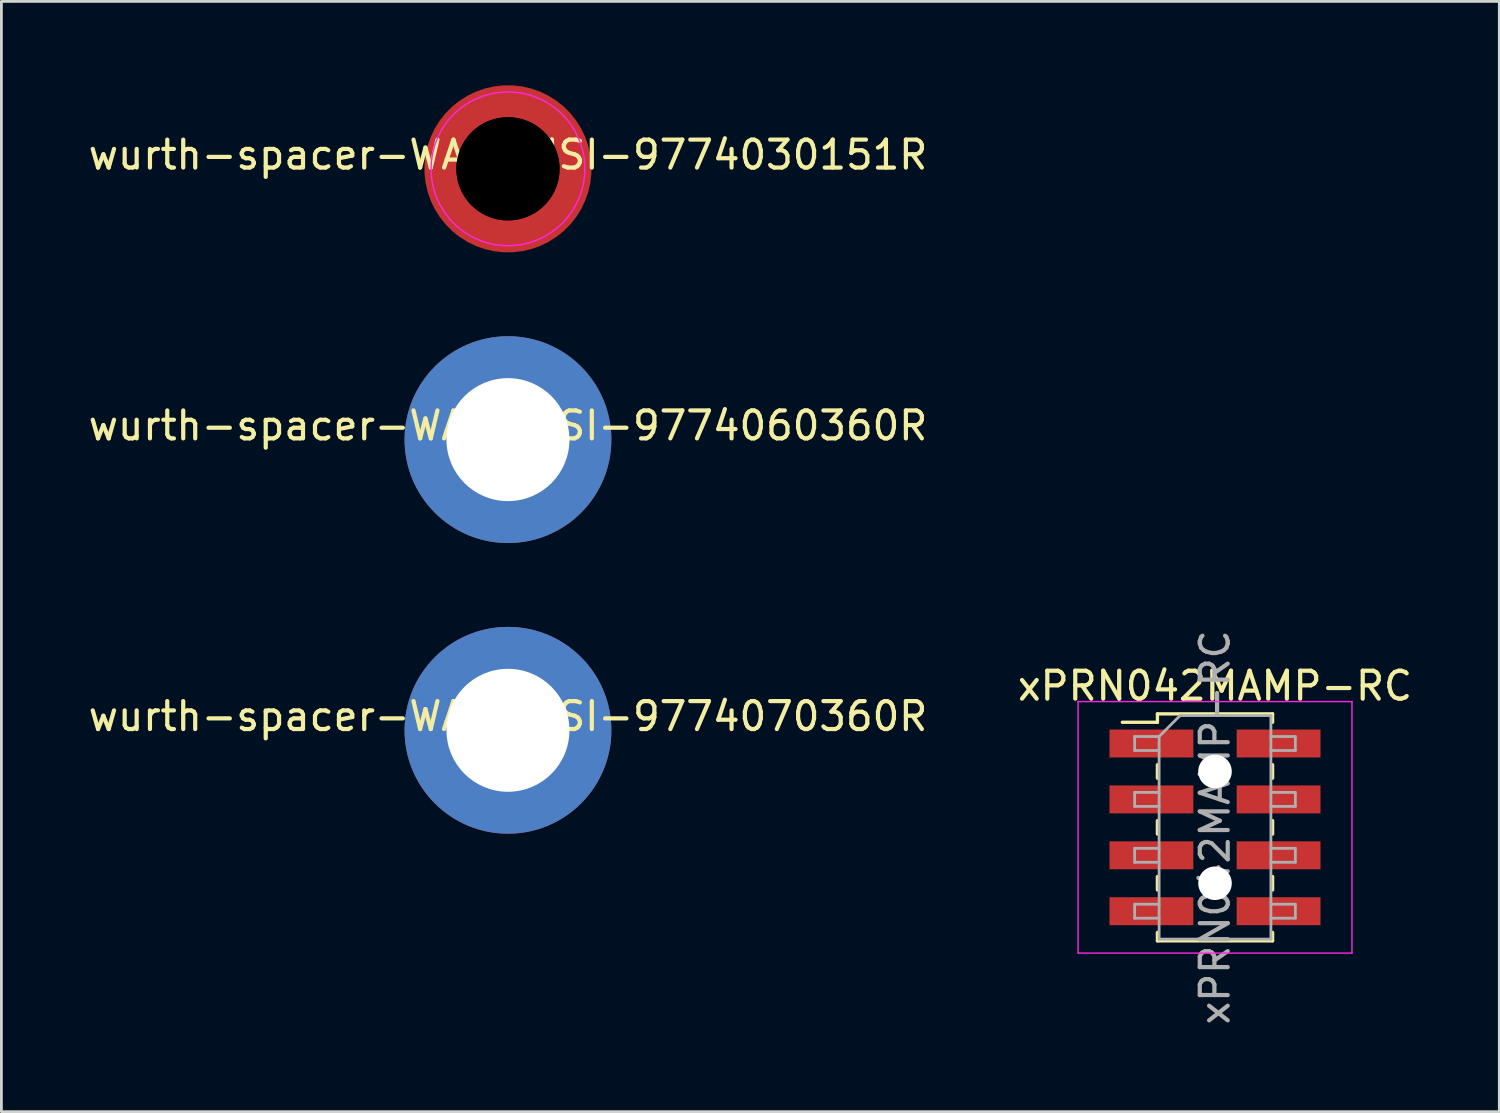
<source format=kicad_pcb>
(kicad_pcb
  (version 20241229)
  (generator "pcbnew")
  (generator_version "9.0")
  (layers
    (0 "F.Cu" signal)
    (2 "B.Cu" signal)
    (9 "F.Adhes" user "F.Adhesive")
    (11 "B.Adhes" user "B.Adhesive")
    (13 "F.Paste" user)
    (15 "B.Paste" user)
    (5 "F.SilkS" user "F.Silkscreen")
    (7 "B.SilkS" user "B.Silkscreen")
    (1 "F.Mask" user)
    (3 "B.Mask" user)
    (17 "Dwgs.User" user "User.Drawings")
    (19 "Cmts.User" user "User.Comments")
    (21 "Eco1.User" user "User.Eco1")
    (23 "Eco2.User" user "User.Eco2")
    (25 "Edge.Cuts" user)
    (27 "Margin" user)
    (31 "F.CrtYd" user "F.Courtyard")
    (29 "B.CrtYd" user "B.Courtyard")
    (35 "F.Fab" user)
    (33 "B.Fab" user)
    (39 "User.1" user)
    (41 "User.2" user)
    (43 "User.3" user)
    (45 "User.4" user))
  (footprint "wurth-spacer-WA-SMSI-9774030151R"
    (layer "F.Cu")
    (at 15.125 2.99)
    (property "Reference" "wurth-spacer-WA-SMSI-9774030151R" (at 0 -0.5 0) (unlocked yes) (layer "F.SilkS") (effects (font (size 1 1) (thickness 0.15))))
    (fp_poly (pts (xy -1.872 0.32) (xy -1.857 0.415) (xy -1.832 0.51) (xy -1.777 0.68) (xy -1.627 0.985) (xy -1.502 1.165) (xy -1.397 1.29) (xy -1.292 1.395) (xy -1.162 1.505) (xy -1.042 1.59) (xy -0.927 1.66) (xy -0.787 1.73) (xy -0.682 1.775) (xy -0.597 1.805) (xy -0.482 1.84) (xy -0.367 1.865) (xy -0.322 1.875) (xy -0.322 2.905) (xy -0.387 2.895) (xy -0.542 2.87) (xy -0.702 2.835) (xy -0.882 2.785) (xy -1.092 2.71) (xy -1.237 2.645) (xy -1.417 2.555) (xy -1.527 2.49) (xy -1.612 2.435) (xy -1.707 2.37) (xy -1.782 2.315) (xy -1.887 2.23) (xy -1.962 2.165) (xy -2.032 2.1) (xy -2.112 2.02) (xy -2.232 1.885) (xy -2.322 1.775) (xy -2.397 1.67) (xy -2.517 1.485) (xy -2.577 1.375) (xy -2.657 1.215) (xy -2.717 1.075) (xy -2.772 0.925) (xy -2.812 0.79) (xy -2.847 0.655) (xy -2.862 0.585) (xy -2.877 0.5) (xy -2.892 0.405) (xy -2.902 0.32)) (stroke (width 0.01) (type solid)) (fill yes) (layer "F.Paste"))
    (fp_poly (pts (xy -0.32 -1.87) (xy -0.415 -1.855) (xy -0.51 -1.83) (xy -0.68 -1.775) (xy -0.985 -1.625) (xy -1.165 -1.5) (xy -1.29 -1.395) (xy -1.395 -1.29) (xy -1.505 -1.16) (xy -1.59 -1.04) (xy -1.66 -0.925) (xy -1.73 -0.785) (xy -1.775 -0.68) (xy -1.805 -0.595) (xy -1.84 -0.48) (xy -1.865 -0.365) (xy -1.875 -0.32) (xy -2.905 -0.32) (xy -2.895 -0.385) (xy -2.87 -0.54) (xy -2.835 -0.7) (xy -2.785 -0.88) (xy -2.71 -1.09) (xy -2.645 -1.235) (xy -2.555 -1.415) (xy -2.49 -1.525) (xy -2.435 -1.61) (xy -2.37 -1.705) (xy -2.315 -1.78) (xy -2.23 -1.885) (xy -2.165 -1.96) (xy -2.1 -2.03) (xy -2.02 -2.11) (xy -1.885 -2.23) (xy -1.775 -2.32) (xy -1.67 -2.395) (xy -1.485 -2.515) (xy -1.375 -2.575) (xy -1.215 -2.655) (xy -1.075 -2.715) (xy -0.925 -2.77) (xy -0.79 -2.81) (xy -0.655 -2.845) (xy -0.585 -2.86) (xy -0.5 -2.875) (xy -0.405 -2.89) (xy -0.32 -2.9)) (stroke (width 0.01) (type solid)) (fill yes) (layer "F.Paste"))
    (fp_poly (pts (xy 0.32 1.871) (xy 0.415 1.856) (xy 0.51 1.831) (xy 0.68 1.776) (xy 0.985 1.626) (xy 1.165 1.501) (xy 1.29 1.396) (xy 1.395 1.291) (xy 1.505 1.161) (xy 1.59 1.041) (xy 1.66 0.926) (xy 1.73 0.786) (xy 1.775 0.681) (xy 1.805 0.596) (xy 1.84 0.481) (xy 1.865 0.366) (xy 1.875 0.321) (xy 2.905 0.321) (xy 2.895 0.386) (xy 2.87 0.541) (xy 2.835 0.701) (xy 2.785 0.881) (xy 2.71 1.091) (xy 2.645 1.236) (xy 2.555 1.416) (xy 2.49 1.526) (xy 2.435 1.611) (xy 2.37 1.706) (xy 2.315 1.781) (xy 2.23 1.886) (xy 2.165 1.961) (xy 2.1 2.031) (xy 2.02 2.111) (xy 1.885 2.231) (xy 1.775 2.321) (xy 1.67 2.396) (xy 1.485 2.516) (xy 1.375 2.576) (xy 1.215 2.656) (xy 1.075 2.716) (xy 0.925 2.771) (xy 0.79 2.811) (xy 0.655 2.846) (xy 0.585 2.861) (xy 0.5 2.876) (xy 0.405 2.891) (xy 0.32 2.901)) (stroke (width 0.01) (type solid)) (fill yes) (layer "F.Paste"))
    (fp_poly (pts (xy 1.87 -0.317) (xy 1.855 -0.412) (xy 1.83 -0.507) (xy 1.775 -0.677) (xy 1.625 -0.982) (xy 1.5 -1.162) (xy 1.395 -1.287) (xy 1.29 -1.392) (xy 1.16 -1.502) (xy 1.04 -1.587) (xy 0.925 -1.657) (xy 0.785 -1.727) (xy 0.68 -1.772) (xy 0.595 -1.802) (xy 0.48 -1.837) (xy 0.365 -1.862) (xy 0.32 -1.872) (xy 0.32 -2.902) (xy 0.385 -2.892) (xy 0.54 -2.867) (xy 0.7 -2.832) (xy 0.88 -2.782) (xy 1.09 -2.707) (xy 1.235 -2.642) (xy 1.415 -2.552) (xy 1.525 -2.487) (xy 1.61 -2.432) (xy 1.705 -2.367) (xy 1.78 -2.312) (xy 1.885 -2.227) (xy 1.96 -2.162) (xy 2.03 -2.097) (xy 2.11 -2.017) (xy 2.23 -1.882) (xy 2.32 -1.772) (xy 2.395 -1.667) (xy 2.515 -1.482) (xy 2.575 -1.372) (xy 2.655 -1.212) (xy 2.715 -1.072) (xy 2.77 -0.922) (xy 2.81 -0.787) (xy 2.845 -0.652) (xy 2.86 -0.582) (xy 2.875 -0.497) (xy 2.89 -0.402) (xy 2.9 -0.317)) (stroke (width 0.01) (type solid)) (fill yes) (layer "F.Paste"))
    (fp_circle (center 0 0) (end 2.75 0) (stroke (width 0.05) (type default)) (fill no) (layer "F.CrtYd"))
    (pad "" np_thru_hole circle (at 0 0) (size 3.7 3.7) (drill 3.7) (layers "*.Mask"))
    (pad "1" smd custom (at 2.415 0) (size 0.75 0.75) (layers "F.Cu" "F.Mask") (options (anchor circle)) (primitives (gr_circle (center -2.415 0) (end 0 0) (width 1.15) (fill no)))))
  (footprint "xPRN042MAMP-RC"
    (layer "F.Cu")
    (at 40.423 26.553)
    (property "Reference" "xPRN042MAMP-RC" (at 0 -5.06 0) (layer "F.SilkS") (effects (font (size 1 1) (thickness 0.15))))
    (attr smd)
    (fp_line (start -3.315 -3.76) (end -2.06 -3.76) (stroke (width 0.12) (type solid)) (layer "F.SilkS"))
    (fp_line (start -2.06 -4.06) (end -2.06 -3.76) (stroke (width 0.12) (type solid)) (layer "F.SilkS"))
    (fp_line (start -2.06 -4.06) (end 2.06 -4.06) (stroke (width 0.12) (type solid)) (layer "F.SilkS"))
    (fp_line (start -2.06 -2.24) (end -2.06 -1.76) (stroke (width 0.12) (type solid)) (layer "F.SilkS"))
    (fp_line (start -2.06 -0.24) (end -2.06 0.24) (stroke (width 0.12) (type solid)) (layer "F.SilkS"))
    (fp_line (start -2.06 1.76) (end -2.06 2.24) (stroke (width 0.12) (type solid)) (layer "F.SilkS"))
    (fp_line (start -2.06 3.76) (end -2.06 4.06) (stroke (width 0.12) (type solid)) (layer "F.SilkS"))
    (fp_line (start -2.06 4.06) (end 2.06 4.06) (stroke (width 0.12) (type solid)) (layer "F.SilkS"))
    (fp_line (start 2.06 -4.06) (end 2.06 -3.76) (stroke (width 0.12) (type solid)) (layer "F.SilkS"))
    (fp_line (start 2.06 -2.24) (end 2.06 -1.76) (stroke (width 0.12) (type solid)) (layer "F.SilkS"))
    (fp_line (start 2.06 -0.24) (end 2.06 0.24) (stroke (width 0.12) (type solid)) (layer "F.SilkS"))
    (fp_line (start 2.06 1.76) (end 2.06 2.24) (stroke (width 0.12) (type solid)) (layer "F.SilkS"))
    (fp_line (start 2.06 3.76) (end 2.06 4.06) (stroke (width 0.12) (type solid)) (layer "F.SilkS"))
    (fp_line (start -4.9 -4.5) (end -4.9 4.5) (stroke (width 0.05) (type solid)) (layer "F.CrtYd"))
    (fp_line (start -4.9 4.5) (end 4.9 4.5) (stroke (width 0.05) (type solid)) (layer "F.CrtYd"))
    (fp_line (start 4.9 -4.5) (end -4.9 -4.5) (stroke (width 0.05) (type solid)) (layer "F.CrtYd"))
    (fp_line (start 4.9 4.5) (end 4.9 -4.5) (stroke (width 0.05) (type solid)) (layer "F.CrtYd"))
    (fp_line (start -2.875 -3.25) (end -2.875 -2.75) (stroke (width 0.1) (type solid)) (layer "F.Fab"))
    (fp_line (start -2.875 -2.75) (end -2 -2.75) (stroke (width 0.1) (type solid)) (layer "F.Fab"))
    (fp_line (start -2.875 -1.25) (end -2.875 -0.75) (stroke (width 0.1) (type solid)) (layer "F.Fab"))
    (fp_line (start -2.875 -0.75) (end -2 -0.75) (stroke (width 0.1) (type solid)) (layer "F.Fab"))
    (fp_line (start -2.875 0.75) (end -2.875 1.25) (stroke (width 0.1) (type solid)) (layer "F.Fab"))
    (fp_line (start -2.875 1.25) (end -2 1.25) (stroke (width 0.1) (type solid)) (layer "F.Fab"))
    (fp_line (start -2.875 2.75) (end -2.875 3.25) (stroke (width 0.1) (type solid)) (layer "F.Fab"))
    (fp_line (start -2.875 3.25) (end -2 3.25) (stroke (width 0.1) (type solid)) (layer "F.Fab"))
    (fp_line (start -2 -3.25) (end -2.875 -3.25) (stroke (width 0.1) (type solid)) (layer "F.Fab"))
    (fp_line (start -2 -3.25) (end -1.25 -4) (stroke (width 0.1) (type solid)) (layer "F.Fab"))
    (fp_line (start -2 -1.25) (end -2.875 -1.25) (stroke (width 0.1) (type solid)) (layer "F.Fab"))
    (fp_line (start -2 0.75) (end -2.875 0.75) (stroke (width 0.1) (type solid)) (layer "F.Fab"))
    (fp_line (start -2 2.75) (end -2.875 2.75) (stroke (width 0.1) (type solid)) (layer "F.Fab"))
    (fp_line (start -2 4) (end -2 -3.25) (stroke (width 0.1) (type solid)) (layer "F.Fab"))
    (fp_line (start -1.25 -4) (end 2 -4) (stroke (width 0.1) (type solid)) (layer "F.Fab"))
    (fp_line (start 2 -4) (end 2 4) (stroke (width 0.1) (type solid)) (layer "F.Fab"))
    (fp_line (start 2 -3.25) (end 2.875 -3.25) (stroke (width 0.1) (type solid)) (layer "F.Fab"))
    (fp_line (start 2 -1.25) (end 2.875 -1.25) (stroke (width 0.1) (type solid)) (layer "F.Fab"))
    (fp_line (start 2 0.75) (end 2.875 0.75) (stroke (width 0.1) (type solid)) (layer "F.Fab"))
    (fp_line (start 2 2.75) (end 2.875 2.75) (stroke (width 0.1) (type solid)) (layer "F.Fab"))
    (fp_line (start 2 4) (end -2 4) (stroke (width 0.1) (type solid)) (layer "F.Fab"))
    (fp_line (start 2.875 -3.25) (end 2.875 -2.75) (stroke (width 0.1) (type solid)) (layer "F.Fab"))
    (fp_line (start 2.875 -2.75) (end 2 -2.75) (stroke (width 0.1) (type solid)) (layer "F.Fab"))
    (fp_line (start 2.875 -1.25) (end 2.875 -0.75) (stroke (width 0.1) (type solid)) (layer "F.Fab"))
    (fp_line (start 2.875 -0.75) (end 2 -0.75) (stroke (width 0.1) (type solid)) (layer "F.Fab"))
    (fp_line (start 2.875 0.75) (end 2.875 1.25) (stroke (width 0.1) (type solid)) (layer "F.Fab"))
    (fp_line (start 2.875 1.25) (end 2 1.25) (stroke (width 0.1) (type solid)) (layer "F.Fab"))
    (fp_line (start 2.875 2.75) (end 2.875 3.25) (stroke (width 0.1) (type solid)) (layer "F.Fab"))
    (fp_line (start 2.875 3.25) (end 2 3.25) (stroke (width 0.1) (type solid)) (layer "F.Fab"))
    (fp_text user "${REFERENCE}" (at 0 0 90) (layer "F.Fab") (effects (font (size 1 1) (thickness 0.15))))
    (pad "" np_thru_hole circle (at 0 -2) (size 1.2 1.2) (drill 1.2) (layers "*.Cu" "*.Mask"))
    (pad "" np_thru_hole circle (at 0 2) (size 1.2 1.2) (drill 1.2) (layers "*.Cu" "*.Mask"))
    (pad "1" smd rect (at -2.275 -3) (size 3 1) (layers "F.Cu" "F.Mask" "F.Paste"))
    (pad "2" smd rect (at 2.275 -3) (size 3 1) (layers "F.Cu" "F.Mask" "F.Paste"))
    (pad "3" smd rect (at -2.275 -1) (size 3 1) (layers "F.Cu" "F.Mask" "F.Paste"))
    (pad "4" smd rect (at 2.275 -1) (size 3 1) (layers "F.Cu" "F.Mask" "F.Paste"))
    (pad "5" smd rect (at -2.275 1) (size 3 1) (layers "F.Cu" "F.Mask" "F.Paste"))
    (pad "6" smd rect (at 2.275 1) (size 3 1) (layers "F.Cu" "F.Mask" "F.Paste"))
    (pad "7" smd rect (at -2.275 3) (size 3 1) (layers "F.Cu" "F.Mask" "F.Paste"))
    (pad "8" smd rect (at 2.275 3) (size 3 1) (layers "F.Cu" "F.Mask" "F.Paste")))
  (footprint "wurth-spacer-WA-SMSI-9774070360R"
    (layer "F.Cu")
    (at 15.125 23.08)
    (property "Reference" "wurth-spacer-WA-SMSI-9774070360R" (at 0 -0.5 0) (unlocked yes) (layer "F.SilkS") (effects (font (size 1 1) (thickness 0.15))))
    (pad "" np_thru_hole circle (at 0 0) (size 7.4 7.4) (drill 4.4) (layers "*.Cu" "*.Mask")))
  (footprint "wurth-spacer-WA-SMSI-9774060360R"
    (layer "F.Cu")
    (at 15.125 12.68)
    (property "Reference" "wurth-spacer-WA-SMSI-9774060360R" (at 0 -0.5 0) (unlocked yes) (layer "F.SilkS") (effects (font (size 1 1) (thickness 0.15))))
    (pad "" np_thru_hole circle (at 0 0) (size 7.4 7.4) (drill 4.4) (layers "*.Cu" "*.Mask")))
  (gr_rect
    (start -3 -3)
    (end 50.595 36.725)
    (stroke (width 0.1) (type default))
    (fill no)
    (layer "Edge.Cuts")))
</source>
